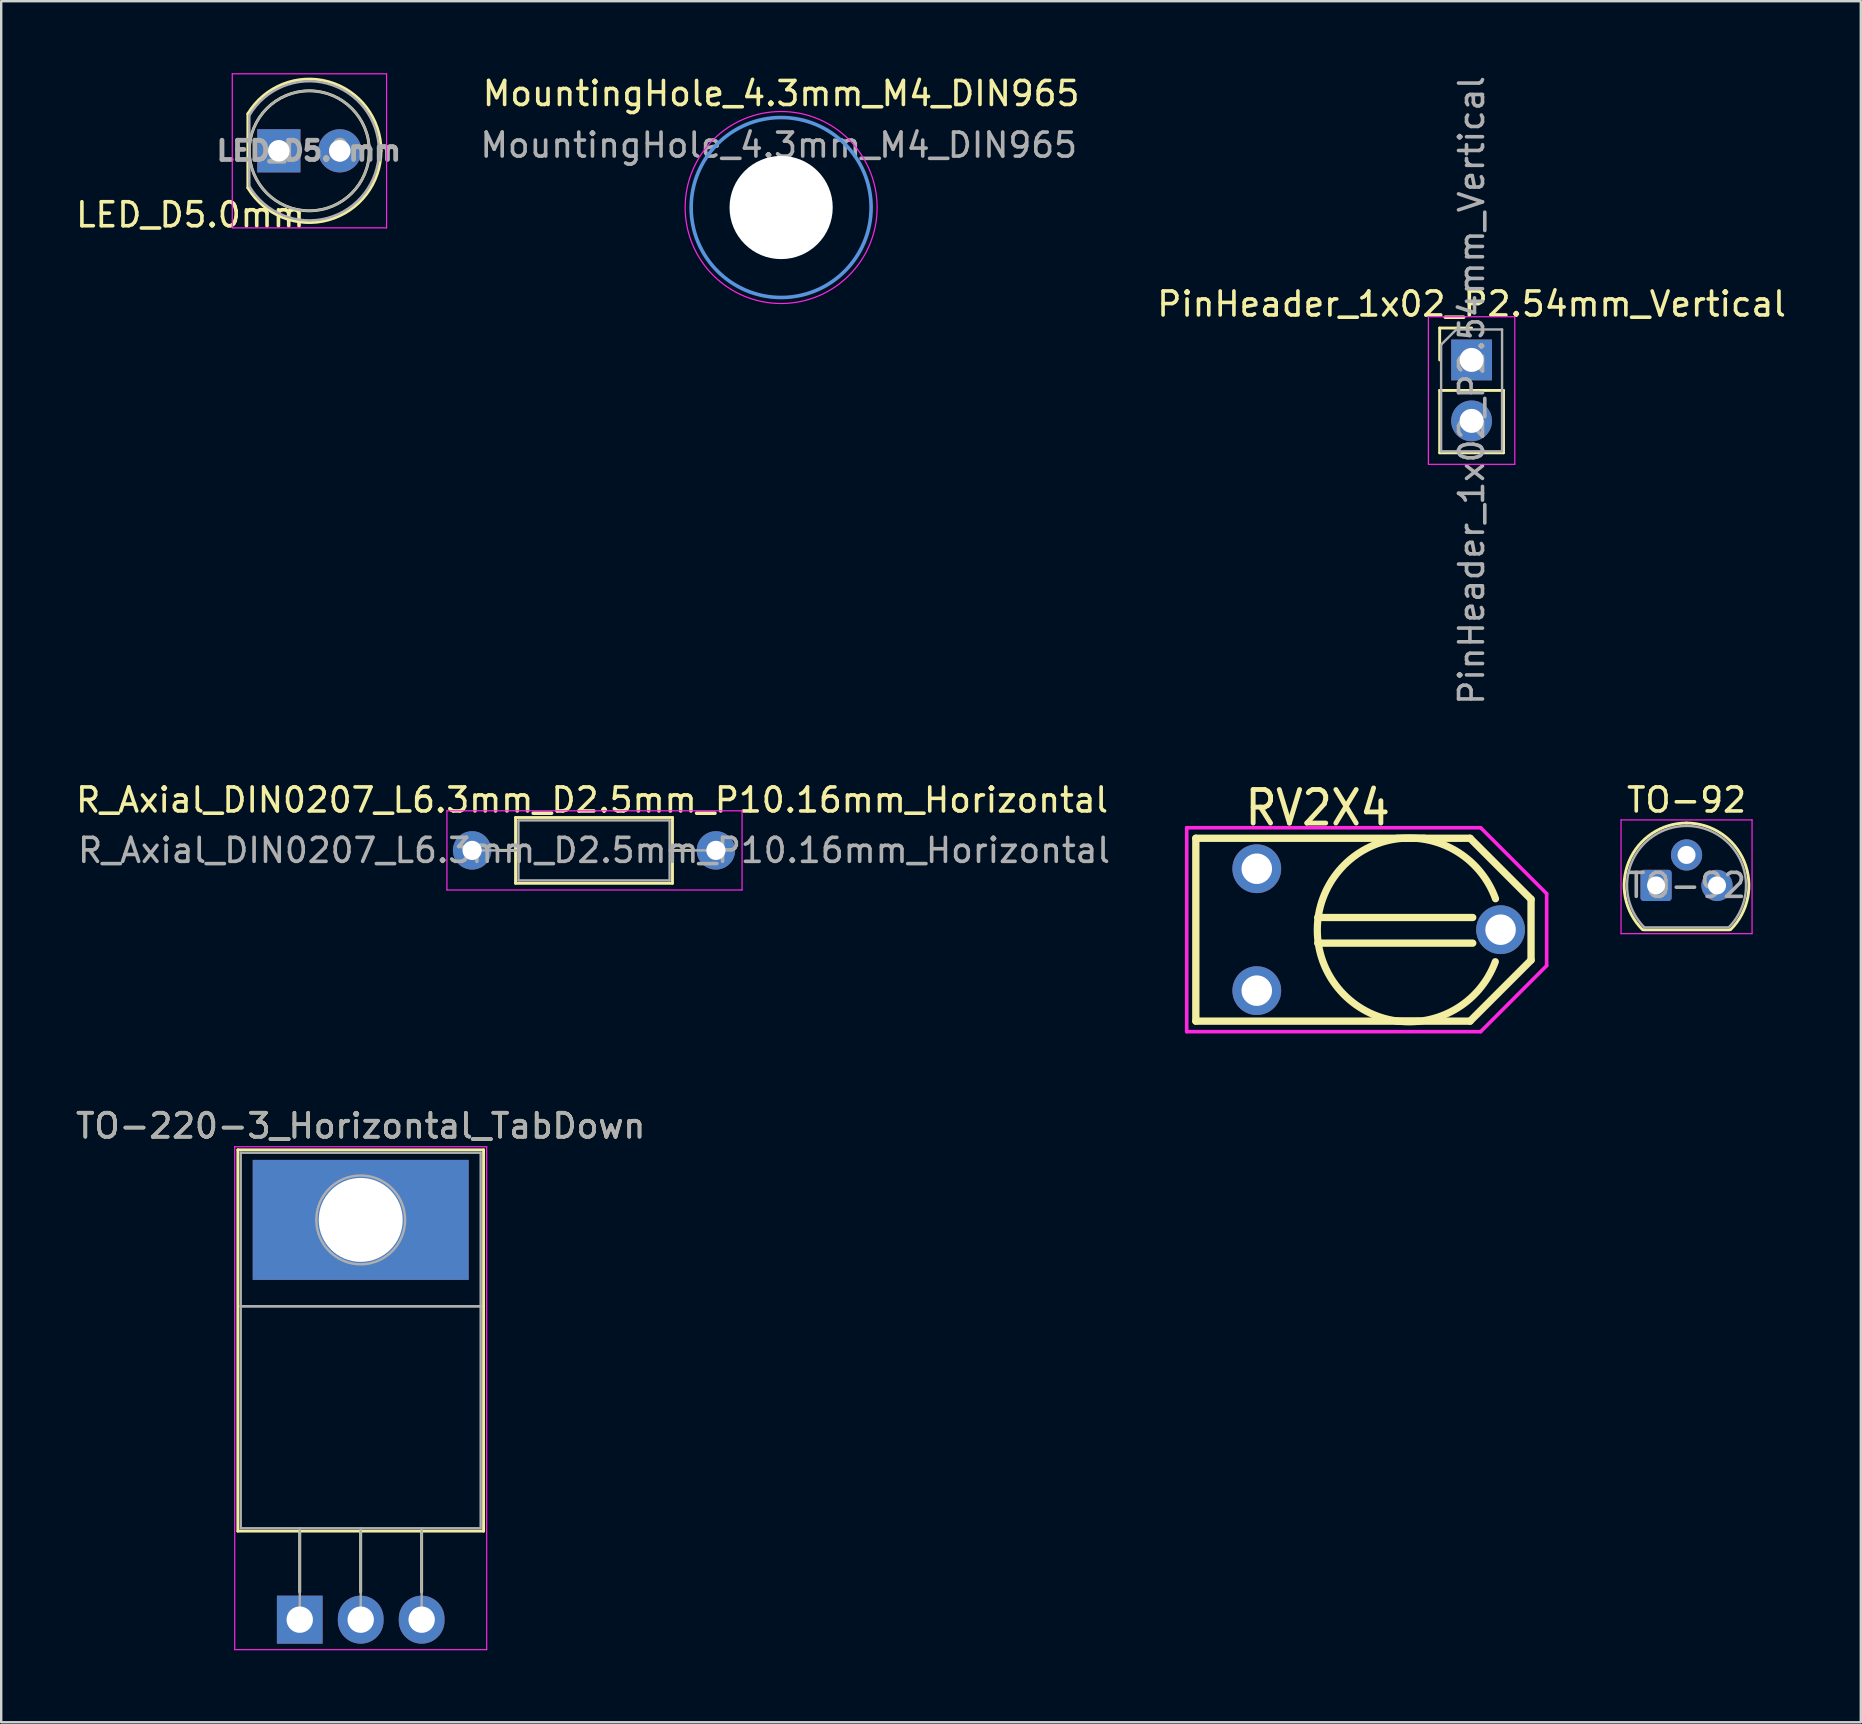
<source format=kicad_pcb>
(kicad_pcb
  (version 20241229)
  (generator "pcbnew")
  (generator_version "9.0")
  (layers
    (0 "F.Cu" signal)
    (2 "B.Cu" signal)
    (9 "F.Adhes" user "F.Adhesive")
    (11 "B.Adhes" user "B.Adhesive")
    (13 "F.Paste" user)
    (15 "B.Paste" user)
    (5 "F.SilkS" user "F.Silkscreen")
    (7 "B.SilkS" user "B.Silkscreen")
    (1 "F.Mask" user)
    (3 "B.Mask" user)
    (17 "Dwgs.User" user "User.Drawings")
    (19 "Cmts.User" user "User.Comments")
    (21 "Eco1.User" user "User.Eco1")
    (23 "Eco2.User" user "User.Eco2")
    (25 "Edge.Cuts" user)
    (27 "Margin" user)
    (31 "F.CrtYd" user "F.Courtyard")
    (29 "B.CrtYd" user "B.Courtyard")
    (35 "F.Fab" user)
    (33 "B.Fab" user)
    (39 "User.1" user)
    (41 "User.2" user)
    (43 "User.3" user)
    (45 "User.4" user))
  (footprint "LED_D5.0mm"
    (layer "F.Cu")
    (at 8.57 3.235)
    (property "Reference" "LED_D5.0mm" (at -3.683 2.667 180) (layer "F.SilkS") (effects (font (size 1 1) (thickness 0.15))))
    (attr through_hole)
    (fp_line (start -1.29 -1.545) (end -1.29 1.545) (stroke (width 0.12) (type solid)) (layer "F.SilkS"))
    (fp_arc (start -1.29 -1.54483) (mid 2.071756 -2.880501) (end 4.26 -0.000048) (stroke (width 0.12) (type solid)) (layer "F.SilkS"))
    (fp_arc (start 4.26 0.000048) (mid 2.071756 2.880501) (end -1.29 1.54483) (stroke (width 0.12) (type solid)) (layer "F.SilkS"))
    (fp_circle (center 1.27 0) (end 3.77 0) (stroke (width 0.12) (type solid)) (fill no) (layer "F.SilkS"))
    (fp_line (start -1.94 -3.21) (end -1.94 3.21) (stroke (width 0.05) (type solid)) (layer "F.CrtYd"))
    (fp_line (start -1.94 3.21) (end 4.49 3.21) (stroke (width 0.05) (type solid)) (layer "F.CrtYd"))
    (fp_line (start 4.49 -3.21) (end -1.94 -3.21) (stroke (width 0.05) (type solid)) (layer "F.CrtYd"))
    (fp_line (start 4.49 3.21) (end 4.49 -3.21) (stroke (width 0.05) (type solid)) (layer "F.CrtYd"))
    (fp_line (start -1.23 -1.47) (end -1.23 1.47) (stroke (width 0.1) (type solid)) (layer "F.Fab"))
    (fp_arc (start -1.23 -1.469694) (mid 4.17 -0.000045) (end -1.229954 1.469772) (stroke (width 0.1) (type solid)) (layer "F.Fab"))
    (fp_circle (center 1.27 0) (end 3.77 0) (stroke (width 0.1) (type solid)) (fill no) (layer "F.Fab"))
    (fp_text user "${REFERENCE}" (at 1.25 0 180) (layer "F.Fab") (effects (font (size 0.8 0.8) (thickness 0.2))))
    (pad "1" thru_hole rect (at 0 0) (size 1.8 1.8) (drill 0.9) (layers "*.Cu" "*.Mask"))
    (pad "2" thru_hole circle (at 2.54 0) (size 1.8 1.8) (drill 0.9) (layers "*.Cu" "*.Mask")))
  (footprint "PinHeader_1x02_P2.54mm_Vertical"
    (layer "F.Cu")
    (at 58.277 11.95)
    (property "Reference" "PinHeader_1x02_P2.54mm_Vertical" (at 0 -2.33 0) (layer "F.SilkS") (effects (font (size 1 1) (thickness 0.15))))
    (attr through_hole)
    (fp_line (start -1.33 -1.33) (end 0 -1.33) (stroke (width 0.12) (type solid)) (layer "F.SilkS"))
    (fp_line (start -1.33 0) (end -1.33 -1.33) (stroke (width 0.12) (type solid)) (layer "F.SilkS"))
    (fp_line (start -1.33 1.27) (end -1.33 3.87) (stroke (width 0.12) (type solid)) (layer "F.SilkS"))
    (fp_line (start -1.33 1.27) (end 1.33 1.27) (stroke (width 0.12) (type solid)) (layer "F.SilkS"))
    (fp_line (start -1.33 3.87) (end 1.33 3.87) (stroke (width 0.12) (type solid)) (layer "F.SilkS"))
    (fp_line (start 1.33 1.27) (end 1.33 3.87) (stroke (width 0.12) (type solid)) (layer "F.SilkS"))
    (fp_line (start -1.8 -1.8) (end -1.8 4.35) (stroke (width 0.05) (type solid)) (layer "F.CrtYd"))
    (fp_line (start -1.8 4.35) (end 1.8 4.35) (stroke (width 0.05) (type solid)) (layer "F.CrtYd"))
    (fp_line (start 1.8 -1.8) (end -1.8 -1.8) (stroke (width 0.05) (type solid)) (layer "F.CrtYd"))
    (fp_line (start 1.8 4.35) (end 1.8 -1.8) (stroke (width 0.05) (type solid)) (layer "F.CrtYd"))
    (fp_line (start -1.27 -0.635) (end -0.635 -1.27) (stroke (width 0.1) (type solid)) (layer "F.Fab"))
    (fp_line (start -1.27 3.81) (end -1.27 -0.635) (stroke (width 0.1) (type solid)) (layer "F.Fab"))
    (fp_line (start -0.635 -1.27) (end 1.27 -1.27) (stroke (width 0.1) (type solid)) (layer "F.Fab"))
    (fp_line (start 1.27 -1.27) (end 1.27 3.81) (stroke (width 0.1) (type solid)) (layer "F.Fab"))
    (fp_line (start 1.27 3.81) (end -1.27 3.81) (stroke (width 0.1) (type solid)) (layer "F.Fab"))
    (fp_text user "${REFERENCE}" (at 0 1.27 90) (layer "F.Fab") (effects (font (size 1 1) (thickness 0.15))))
    (pad "1" thru_hole rect (at 0 0) (size 1.7 1.7) (drill 1) (layers "*.Cu" "*.Mask"))
    (pad "2" thru_hole oval (at 0 2.54) (size 1.7 1.7) (drill 1) (layers "*.Cu" "*.Mask")))
  (footprint "R_Axial_DIN0207_L6.3mm_D2.5mm_P10.16mm_Horizontal"
    (layer "F.Cu")
    (at 16.625 32.389)
    (property "Reference" "R_Axial_DIN0207_L6.3mm_D2.5mm_P10.16mm_Horizontal" (at 5 -2.1 0) (layer "F.SilkS") (effects (font (size 1 1) (thickness 0.15))))
    (attr through_hole)
    (fp_line (start 1.04 0) (end 1.81 0) (stroke (width 0.12) (type solid)) (layer "F.SilkS"))
    (fp_line (start 1.81 -1.37) (end 1.81 1.37) (stroke (width 0.12) (type solid)) (layer "F.SilkS"))
    (fp_line (start 1.81 1.37) (end 8.35 1.37) (stroke (width 0.12) (type solid)) (layer "F.SilkS"))
    (fp_line (start 8.35 -1.37) (end 1.81 -1.37) (stroke (width 0.12) (type solid)) (layer "F.SilkS"))
    (fp_line (start 8.35 1.37) (end 8.35 -1.37) (stroke (width 0.12) (type solid)) (layer "F.SilkS"))
    (fp_line (start 9.12 0) (end 8.35 0) (stroke (width 0.12) (type solid)) (layer "F.SilkS"))
    (fp_line (start -1.05 -1.65) (end -1.05 1.65) (stroke (width 0.05) (type solid)) (layer "F.CrtYd"))
    (fp_line (start -1.05 1.65) (end 11.25 1.65) (stroke (width 0.05) (type solid)) (layer "F.CrtYd"))
    (fp_line (start 11.25 -1.65) (end -1.05 -1.65) (stroke (width 0.05) (type solid)) (layer "F.CrtYd"))
    (fp_line (start 11.25 1.65) (end 11.25 -1.65) (stroke (width 0.05) (type solid)) (layer "F.CrtYd"))
    (fp_line (start 0 0) (end 1.93 0) (stroke (width 0.1) (type solid)) (layer "F.Fab"))
    (fp_line (start 1.93 -1.25) (end 1.93 1.25) (stroke (width 0.1) (type solid)) (layer "F.Fab"))
    (fp_line (start 1.93 1.25) (end 8.23 1.25) (stroke (width 0.1) (type solid)) (layer "F.Fab"))
    (fp_line (start 8.23 -1.25) (end 1.93 -1.25) (stroke (width 0.1) (type solid)) (layer "F.Fab"))
    (fp_line (start 8.23 1.25) (end 8.23 -1.25) (stroke (width 0.1) (type solid)) (layer "F.Fab"))
    (fp_line (start 10.16 0) (end 8.23 0) (stroke (width 0.1) (type solid)) (layer "F.Fab"))
    (fp_text user "${REFERENCE}" (at 5.08 0 0) (layer "F.Fab") (effects (font (size 1 1) (thickness 0.15))))
    (pad "1" thru_hole circle (at 0 0) (size 1.6 1.6) (drill 0.8) (layers "*.Cu" "*.Mask"))
    (pad "2" thru_hole oval (at 10.16 0) (size 1.6 1.6) (drill 0.8) (layers "*.Cu" "*.Mask")))
  (footprint "MountingHole_4.3mm_M4_DIN965"
    (layer "F.Cu")
    (at 29.503 5.598)
    (property "Reference" "MountingHole_4.3mm_M4_DIN965" (at 0 -4.75 0) (layer "F.SilkS") (effects (font (size 1 1) (thickness 0.15))))
    (attr exclude_from_pos_files exclude_from_bom)
    (fp_circle (center 0 0) (end 3.75 0) (stroke (width 0.15) (type solid)) (fill no) (layer "Cmts.User"))
    (fp_circle (center 0 0) (end 4 0) (stroke (width 0.05) (type solid)) (fill no) (layer "F.CrtYd"))
    (fp_text user "${REFERENCE}" (at -0.1 -2.6 0) (layer "F.Fab") (effects (font (size 1 1) (thickness 0.15))))
    (pad "" np_thru_hole circle (at 0 0) (size 4.3 4.3) (drill 4.3) (layers "*.Cu" "*.Mask")))
  (footprint "TO-220-3_Horizontal_TabDown"
    (layer "F.Cu")
    (at 9.442 64.448)
    (property "Reference" "TO-220-3_Horizontal_TabDown" (at 2.54 -20.58 0) (layer "F.SilkS") (effects (font (size 1 1) (thickness 0.15))))
    (attr through_hole)
    (fp_line (start -2.58 -19.58) (end -2.58 -3.69) (stroke (width 0.12) (type solid)) (layer "F.SilkS"))
    (fp_line (start -2.58 -19.58) (end 7.66 -19.58) (stroke (width 0.12) (type solid)) (layer "F.SilkS"))
    (fp_line (start -2.58 -3.69) (end 7.66 -3.69) (stroke (width 0.12) (type solid)) (layer "F.SilkS"))
    (fp_line (start 0 -3.69) (end 0 -1.15) (stroke (width 0.12) (type solid)) (layer "F.SilkS"))
    (fp_line (start 2.54 -3.69) (end 2.54 -1.15) (stroke (width 0.12) (type solid)) (layer "F.SilkS"))
    (fp_line (start 5.08 -3.69) (end 5.08 -1.15) (stroke (width 0.12) (type solid)) (layer "F.SilkS"))
    (fp_line (start 7.66 -19.58) (end 7.66 -3.69) (stroke (width 0.12) (type solid)) (layer "F.SilkS"))
    (fp_line (start -2.71 -19.71) (end -2.71 1.25) (stroke (width 0.05) (type solid)) (layer "F.CrtYd"))
    (fp_line (start -2.71 1.25) (end 7.79 1.25) (stroke (width 0.05) (type solid)) (layer "F.CrtYd"))
    (fp_line (start 7.79 -19.71) (end -2.71 -19.71) (stroke (width 0.05) (type solid)) (layer "F.CrtYd"))
    (fp_line (start 7.79 1.25) (end 7.79 -19.71) (stroke (width 0.05) (type solid)) (layer "F.CrtYd"))
    (fp_line (start -2.46 -19.46) (end 7.54 -19.46) (stroke (width 0.1) (type solid)) (layer "F.Fab"))
    (fp_line (start -2.46 -13.06) (end -2.46 -19.46) (stroke (width 0.1) (type solid)) (layer "F.Fab"))
    (fp_line (start -2.46 -13.06) (end 7.54 -13.06) (stroke (width 0.1) (type solid)) (layer "F.Fab"))
    (fp_line (start -2.46 -3.81) (end -2.46 -13.06) (stroke (width 0.1) (type solid)) (layer "F.Fab"))
    (fp_line (start 0 -3.81) (end 0 0) (stroke (width 0.1) (type solid)) (layer "F.Fab"))
    (fp_line (start 2.54 -3.81) (end 2.54 0) (stroke (width 0.1) (type solid)) (layer "F.Fab"))
    (fp_line (start 5.08 -3.81) (end 5.08 0) (stroke (width 0.1) (type solid)) (layer "F.Fab"))
    (fp_line (start 7.54 -19.46) (end 7.54 -13.06) (stroke (width 0.1) (type solid)) (layer "F.Fab"))
    (fp_line (start 7.54 -13.06) (end -2.46 -13.06) (stroke (width 0.1) (type solid)) (layer "F.Fab"))
    (fp_line (start 7.54 -13.06) (end 7.54 -3.81) (stroke (width 0.1) (type solid)) (layer "F.Fab"))
    (fp_line (start 7.54 -3.81) (end -2.46 -3.81) (stroke (width 0.1) (type solid)) (layer "F.Fab"))
    (fp_circle (center 2.54 -16.66) (end 4.39 -16.66) (stroke (width 0.1) (type solid)) (fill no) (layer "F.Fab"))
    (fp_text user "${REFERENCE}" (at 2.54 -20.58 0) (layer "F.Fab") (effects (font (size 1 1) (thickness 0.15))))
    (pad "" thru_hole rect (at 2.54 -16.66) (size 9 5) (drill 3.5) (layers "*.Cu" "*.Mask"))
    (pad "1" thru_hole rect (at 0 0) (size 1.905 2) (drill 1.1) (layers "*.Cu" "*.Mask"))
    (pad "2" thru_hole oval (at 2.54 0) (size 1.905 2) (drill 1.1) (layers "*.Cu" "*.Mask"))
    (pad "3" thru_hole oval (at 5.08 0) (size 1.905 2) (drill 1.1) (layers "*.Cu" "*.Mask")))
  (footprint "RV2X4"
    (layer "F.Cu")
    (at 49.325 33.154)
    (property "Reference" "RV2X4" (at 2.54 -2.54 0) (layer "F.SilkS") (effects (font (size 1.397 1.27) (thickness 0.203))))
    (attr through_hole)
    (fp_line (start -2.54 -1.27) (end 8.89 -1.27) (stroke (width 0.305) (type solid)) (layer "F.SilkS"))
    (fp_line (start -2.54 6.35) (end -2.54 -1.27) (stroke (width 0.305) (type solid)) (layer "F.SilkS"))
    (fp_line (start 2.54 2.032) (end 9 2.032) (stroke (width 0.305) (type solid)) (layer "F.SilkS"))
    (fp_line (start 2.54 3.1) (end 9 3.1) (stroke (width 0.305) (type solid)) (layer "F.SilkS"))
    (fp_line (start 5.842 -1.27) (end 6.985 -1.27) (stroke (width 0.305) (type solid)) (layer "F.SilkS"))
    (fp_line (start 6.731 6.35) (end 5.842 6.35) (stroke (width 0.305) (type solid)) (layer "F.SilkS"))
    (fp_line (start 8.89 -1.27) (end 11.43 1.27) (stroke (width 0.305) (type solid)) (layer "F.SilkS"))
    (fp_line (start 8.89 6.35) (end -2.54 6.35) (stroke (width 0.305) (type solid)) (layer "F.SilkS"))
    (fp_line (start 11.43 1.27) (end 11.43 3.81) (stroke (width 0.305) (type solid)) (layer "F.SilkS"))
    (fp_line (start 11.43 3.81) (end 8.89 6.35) (stroke (width 0.305) (type solid)) (layer "F.SilkS"))
    (fp_arc (start 9.941076 3.874447) (mid 2.522492 2.536987) (end 9.949999 1.250001) (stroke (width 0.3) (type solid)) (layer "F.SilkS"))
    (fp_line (start -2.92 -1.71) (end 9.33 -1.71) (stroke (width 0.15) (type solid)) (layer "F.CrtYd"))
    (fp_line (start -2.92 6.79) (end -2.92 -1.71) (stroke (width 0.15) (type solid)) (layer "F.CrtYd"))
    (fp_line (start 9.33 -1.71) (end 12.08 1.04) (stroke (width 0.15) (type solid)) (layer "F.CrtYd"))
    (fp_line (start 9.33 6.79) (end -2.92 6.79) (stroke (width 0.15) (type solid)) (layer "F.CrtYd"))
    (fp_line (start 12.08 1.04) (end 12.08 4.04) (stroke (width 0.15) (type solid)) (layer "F.CrtYd"))
    (fp_line (start 12.08 4.04) (end 9.33 6.79) (stroke (width 0.15) (type solid)) (layer "F.CrtYd"))
    (pad "1" thru_hole circle (at 0 0) (size 2.032 2.032) (drill 1.27) (layers "*.Cu" "*.Mask"))
    (pad "2" thru_hole circle (at 10.16 2.54) (size 2.032 2.032) (drill 1.27) (layers "*.Cu" "*.Mask"))
    (pad "3" thru_hole circle (at 0 5.08) (size 2.032 2.032) (drill 1.27) (layers "*.Cu" "*.Mask")))
  (footprint "TO-92"
    (layer "F.Cu")
    (at 65.965 33.849)
    (property "Reference" "TO-92" (at 1.27 -3.56 0) (layer "F.SilkS") (effects (font (size 1 1) (thickness 0.15))))
    (attr through_hole)
    (fp_line (start -0.53 1.85) (end 3.07 1.85) (stroke (width 0.12) (type solid)) (layer "F.SilkS"))
    (fp_arc (start -0.568478 1.838478) (mid -1.132087 -0.994977) (end 1.27 -2.6) (stroke (width 0.12) (type solid)) (layer "F.SilkS"))
    (fp_arc (start 1.27 -2.6) (mid 3.672087 -0.994977) (end 3.108478 1.838478) (stroke (width 0.12) (type solid)) (layer "F.SilkS"))
    (fp_line (start -1.46 -2.73) (end -1.46 2.01) (stroke (width 0.05) (type solid)) (layer "F.CrtYd"))
    (fp_line (start -1.46 -2.73) (end 4 -2.73) (stroke (width 0.05) (type solid)) (layer "F.CrtYd"))
    (fp_line (start 4 2.01) (end -1.46 2.01) (stroke (width 0.05) (type solid)) (layer "F.CrtYd"))
    (fp_line (start 4 2.01) (end 4 -2.73) (stroke (width 0.05) (type solid)) (layer "F.CrtYd"))
    (fp_line (start -0.5 1.75) (end 3 1.75) (stroke (width 0.1) (type solid)) (layer "F.Fab"))
    (fp_arc (start -0.483625 1.753625) (mid -1.021221 -0.949055) (end 1.27 -2.48) (stroke (width 0.1) (type solid)) (layer "F.Fab"))
    (fp_arc (start 1.27 -2.48) (mid 3.561221 -0.949055) (end 3.023625 1.753625) (stroke (width 0.1) (type solid)) (layer "F.Fab"))
    (fp_text user "${REFERENCE}" (at 1.27 0 0) (layer "F.Fab") (effects (font (size 1 1) (thickness 0.15))))
    (pad "1" thru_hole roundrect (at 0 0) (size 1.3 1.3) (drill 0.75) (layers "*.Cu" "*.Mask") (roundrect_rratio 0.1))
    (pad "2" thru_hole circle (at 1.27 -1.27) (size 1.3 1.3) (drill 0.75) (layers "*.Cu" "*.Mask"))
    (pad "3" thru_hole circle (at 2.54 0) (size 1.3 1.3) (drill 0.75) (layers "*.Cu" "*.Mask")))
  (gr_rect
    (start -3 -3)
    (end 74.497 68.723)
    (stroke (width 0.1) (type default))
    (fill no)
    (layer "Edge.Cuts")))
</source>
